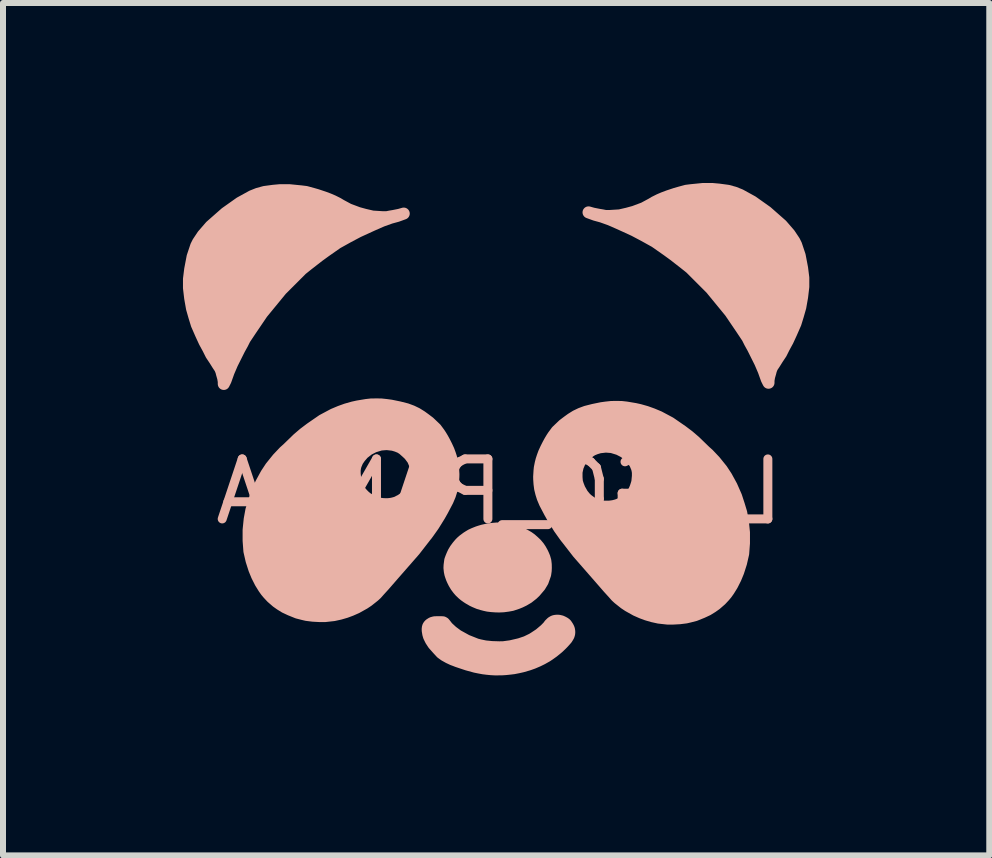
<source format=kicad_pcb>
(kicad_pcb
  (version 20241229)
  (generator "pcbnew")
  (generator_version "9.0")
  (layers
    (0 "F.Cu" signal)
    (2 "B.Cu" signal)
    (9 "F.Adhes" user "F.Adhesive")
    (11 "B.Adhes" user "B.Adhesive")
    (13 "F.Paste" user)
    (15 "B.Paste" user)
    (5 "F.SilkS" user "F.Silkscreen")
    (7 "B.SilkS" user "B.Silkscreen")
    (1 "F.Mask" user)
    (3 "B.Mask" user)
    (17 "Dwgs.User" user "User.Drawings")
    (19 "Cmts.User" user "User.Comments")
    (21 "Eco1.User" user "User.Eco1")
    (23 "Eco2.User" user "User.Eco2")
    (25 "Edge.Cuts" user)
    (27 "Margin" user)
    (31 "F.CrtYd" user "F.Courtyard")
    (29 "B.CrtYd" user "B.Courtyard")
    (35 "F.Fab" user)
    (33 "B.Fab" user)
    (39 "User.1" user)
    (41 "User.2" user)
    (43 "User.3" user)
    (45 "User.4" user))
  (footprint "LOGO_PANDA"
    (layer "F.Cu")
    (at 5.273 4.797)
    (property "Reference" "LOGO_PANDA" (at 0 0.348 180) (layer "B.SilkS") (effects (font (size 1 1) (thickness 0.15)) (justify mirror)))
    (attr through_hole)
    (fp_poly (pts (xy -4.58 -1.46) (xy -4.55 -1.52) (xy -4.5 -1.66) (xy -4.47 -1.73) (xy -4.44 -1.8) (xy -4.41 -1.86) (xy -4.38 -1.92) (xy -4.35 -1.98) (xy -4.32 -2.04) (xy -4.27 -2.13) (xy -4.23 -2.21) (xy -4.13 -2.36) (xy -3.94 -2.64) (xy -3.62 -3.03) (xy -3.28 -3.37) (xy -3.18 -3.45) (xy -3 -3.59) (xy -2.89 -3.67) (xy -2.69 -3.81) (xy -2.51 -3.91) (xy -2.34 -4) (xy -2.1 -4.11) (xy -1.94 -4.18) (xy -1.8 -4.23) (xy -1.69 -4.26) (xy -1.58 -4.3) (xy -1.65 -4.28) (xy -1.75 -4.26) (xy -1.81 -4.25) (xy -1.86 -4.24) (xy -1.94 -4.24) (xy -2.1 -4.25) (xy -2.23 -4.28) (xy -2.34 -4.31) (xy -2.5 -4.37) (xy -2.63 -4.44) (xy -2.68 -4.47) (xy -2.76 -4.51) (xy -2.83 -4.54) (xy -2.91 -4.57) (xy -3.03 -4.61) (xy -3.1 -4.63) (xy -3.21 -4.66) (xy -3.29 -4.67) (xy -3.39 -4.68) (xy -3.49 -4.69) (xy -3.64 -4.69) (xy -3.75 -4.68) (xy -3.9 -4.66) (xy -4.01 -4.63) (xy -4.11 -4.59) (xy -4.31 -4.48) (xy -4.55 -4.31) (xy -4.8 -4.09) (xy -4.93 -3.94) (xy -5.01 -3.82) (xy -5.04 -3.76) (xy -5.1 -3.58) (xy -5.14 -3.37) (xy -5.16 -3.21) (xy -5.16 -3.06) (xy -5.14 -2.89) (xy -5.11 -2.72) (xy -5.07 -2.58) (xy -5.03 -2.45) (xy -4.96 -2.29) (xy -4.9 -2.16) (xy -4.84 -2.05) (xy -4.79 -1.95) (xy -4.73 -1.86) (xy -4.68 -1.78) (xy -4.64 -1.72) (xy -4.62 -1.67) (xy -4.61 -1.63) (xy -4.59 -1.56) (xy -4.58 -1.5)) (stroke (width 0.1) (type solid)) (fill yes) (layer "B.Cu"))
    (fp_poly (pts (xy 4.5 -1.48) (xy 4.47 -1.54) (xy 4.42 -1.68) (xy 4.39 -1.75) (xy 4.36 -1.82) (xy 4.33 -1.88) (xy 4.3 -1.94) (xy 4.27 -2) (xy 4.24 -2.06) (xy 4.19 -2.15) (xy 4.15 -2.23) (xy 4.05 -2.38) (xy 3.86 -2.66) (xy 3.54 -3.05) (xy 3.2 -3.39) (xy 3.1 -3.47) (xy 2.92 -3.61) (xy 2.81 -3.69) (xy 2.61 -3.83) (xy 2.43 -3.93) (xy 2.26 -4.02) (xy 2.02 -4.13) (xy 1.86 -4.2) (xy 1.72 -4.25) (xy 1.61 -4.28) (xy 1.5 -4.32) (xy 1.57 -4.3) (xy 1.67 -4.28) (xy 1.73 -4.27) (xy 1.78 -4.26) (xy 1.86 -4.26) (xy 2.02 -4.27) (xy 2.15 -4.3) (xy 2.26 -4.33) (xy 2.42 -4.39) (xy 2.55 -4.46) (xy 2.6 -4.49) (xy 2.68 -4.53) (xy 2.75 -4.56) (xy 2.83 -4.59) (xy 2.95 -4.63) (xy 3.02 -4.65) (xy 3.13 -4.68) (xy 3.21 -4.69) (xy 3.31 -4.7) (xy 3.41 -4.71) (xy 3.56 -4.71) (xy 3.67 -4.7) (xy 3.82 -4.68) (xy 3.93 -4.65) (xy 4.03 -4.61) (xy 4.23 -4.5) (xy 4.47 -4.33) (xy 4.72 -4.11) (xy 4.85 -3.96) (xy 4.93 -3.84) (xy 4.96 -3.78) (xy 5.02 -3.6) (xy 5.06 -3.39) (xy 5.08 -3.23) (xy 5.08 -3.08) (xy 5.06 -2.91) (xy 5.03 -2.74) (xy 4.99 -2.6) (xy 4.95 -2.47) (xy 4.88 -2.31) (xy 4.82 -2.18) (xy 4.76 -2.07) (xy 4.71 -1.97) (xy 4.65 -1.88) (xy 4.6 -1.8) (xy 4.56 -1.74) (xy 4.54 -1.69) (xy 4.53 -1.65) (xy 4.51 -1.58) (xy 4.5 -1.52)) (stroke (width 0.1) (type solid)) (fill yes) (layer "B.Cu"))
    (fp_poly (pts (xy 0.001 0.95) (xy 0.048 0.952) (xy 0.14 0.964) (xy 0.225 0.979) (xy 0.3 1.001) (xy 0.36 1.022) (xy 0.426 1.054) (xy 0.494 1.093) (xy 0.539 1.125) (xy 0.589 1.169) (xy 0.63 1.208) (xy 0.67 1.256) (xy 0.699 1.299) (xy 0.73 1.355) (xy 0.747 1.392) (xy 0.764 1.433) (xy 0.78 1.489) (xy 0.787 1.548) (xy 0.788 1.607) (xy 0.786 1.655) (xy 0.777 1.716) (xy 0.736 1.832) (xy 0.689 1.91) (xy 0.609 2.004) (xy 0.566 2.045) (xy 0.492 2.103) (xy 0.419 2.146) (xy 0.361 2.174) (xy 0.312 2.194) (xy 0.222 2.224) (xy 0.156 2.236) (xy 0.08 2.246) (xy 0.015 2.249) (xy -0.044 2.248) (xy -0.116 2.243) (xy -0.175 2.236) (xy -0.221 2.226) (xy -0.275 2.212) (xy -0.331 2.195) (xy -0.395 2.168) (xy -0.435 2.149) (xy -0.467 2.13) (xy -0.492 2.116) (xy -0.522 2.097) (xy -0.563 2.068) (xy -0.597 2.04) (xy -0.624 2.014) (xy -0.641 1.998) (xy -0.673 1.961) (xy -0.708 1.914) (xy -0.725 1.886) (xy -0.741 1.859) (xy -0.762 1.817) (xy -0.778 1.781) (xy -0.793 1.739) (xy -0.803 1.708) (xy -0.812 1.664) (xy -0.818 1.606) (xy -0.816 1.562) (xy -0.805 1.479) (xy -0.788 1.433) (xy -0.769 1.387) (xy -0.75 1.346) (xy -0.72 1.296) (xy -0.683 1.246) (xy -0.647 1.203) (xy -0.62 1.175) (xy -0.587 1.146) (xy -0.56 1.126) (xy -0.528 1.102) (xy -0.5 1.084) (xy -0.457 1.058) (xy -0.409 1.036) (xy -0.377 1.023) (xy -0.344 1.01) (xy -0.304 0.997) (xy -0.26 0.984) (xy -0.197 0.97) (xy -0.15 0.962) (xy -0.102 0.956) (xy -0.033 0.95)) (stroke (width 0.1) (type solid)) (fill yes) (layer "B.Cu"))
    (fp_poly (pts (xy 0.001 2.93) (xy 0.079 2.929) (xy 0.204 2.912) (xy 0.354 2.877) (xy 0.461 2.841) (xy 0.56 2.793) (xy 0.597 2.77) (xy 0.686 2.711) (xy 0.776 2.635) (xy 0.826 2.584) (xy 0.852 2.549) (xy 0.887 2.515) (xy 0.914 2.499) (xy 0.932 2.492) (xy 0.956 2.488) (xy 0.983 2.486) (xy 1.006 2.488) (xy 1.045 2.497) (xy 1.073 2.51) (xy 1.097 2.523) (xy 1.121 2.54) (xy 1.136 2.56) (xy 1.154 2.588) (xy 1.165 2.609) (xy 1.173 2.629) (xy 1.178 2.658) (xy 1.179 2.679) (xy 1.177 2.703) (xy 1.168 2.734) (xy 1.157 2.754) (xy 1.136 2.788) (xy 1.109 2.819) (xy 1.08 2.851) (xy 1.054 2.878) (xy 1.003 2.927) (xy 0.979 2.948) (xy 0.911 3.003) (xy 0.844 3.051) (xy 0.805 3.077) (xy 0.725 3.122) (xy 0.658 3.155) (xy 0.574 3.191) (xy 0.501 3.217) (xy 0.394 3.248) (xy 0.323 3.264) (xy 0.251 3.278) (xy 0.193 3.285) (xy 0.116 3.293) (xy 0.054 3.297) (xy -0.055 3.298) (xy -0.128 3.294) (xy -0.189 3.288) (xy -0.253 3.28) (xy -0.318 3.268) (xy -0.387 3.254) (xy -0.522 3.217) (xy -0.624 3.183) (xy -0.686 3.162) (xy -0.727 3.146) (xy -0.765 3.132) (xy -0.829 3.102) (xy -0.899 3.063) (xy -0.953 3.024) (xy -1.013 2.959) (xy -1.085 2.878) (xy -1.127 2.814) (xy -1.142 2.784) (xy -1.159 2.749) (xy -1.171 2.708) (xy -1.18 2.654) (xy -1.181 2.625) (xy -1.177 2.593) (xy -1.166 2.57) (xy -1.146 2.548) (xy -1.108 2.524) (xy -1.067 2.513) (xy -1.019 2.511) (xy -0.962 2.511) (xy -0.927 2.513) (xy -0.908 2.523) (xy -0.887 2.548) (xy -0.85 2.596) (xy -0.773 2.667) (xy -0.684 2.733) (xy -0.532 2.817) (xy -0.369 2.882) (xy -0.314 2.896) (xy -0.222 2.915) (xy -0.111 2.926) (xy 0.018 2.93) (xy 0.011 2.932) (xy 0.003 2.935) (xy 0.002 2.932)) (stroke (width 0.1) (type solid)) (fill yes) (layer "B.Cu"))
    (fp_poly (pts (xy -1.204 1.064) (xy -1.647 0.488) (xy -1.629 0.48) (xy -1.588 0.451) (xy -1.553 0.425) (xy -1.519 0.392) (xy -1.474 0.337) (xy -1.424 0.249) (xy -1.398 0.182) (xy -1.381 0.128) (xy -1.375 0.054) (xy -1.375 -0.033) (xy -1.394 -0.121) (xy -1.427 -0.199) (xy -1.486 -0.278) (xy -1.525 -0.315) (xy -1.59 -0.373) (xy -1.636 -0.403) (xy -1.695 -0.427) (xy -1.758 -0.446) (xy -1.863 -0.458) (xy -1.965 -0.45) (xy -2.079 -0.415) (xy -2.17 -0.368) (xy -2.254 -0.302) (xy -2.311 -0.236) (xy -2.352 -0.176) (xy -2.382 -0.105) (xy -2.391 -0.07) (xy -2.398 -0.027) (xy -2.398 0.01) (xy -2.398 0.034) (xy -2.392 0.096) (xy -2.388 0.134) (xy -2.376 0.175) (xy -2.36 0.224) (xy -2.341 0.269) (xy -2.323 0.302) (xy -2.293 0.348) (xy -2.264 0.38) (xy -2.232 0.412) (xy -2.193 0.444) (xy -2.161 0.463) (xy -2.118 0.488) (xy -2.096 0.5) (xy -2.066 0.513) (xy -2.028 0.525) (xy -1.99 0.534) (xy -1.957 0.539) (xy -1.924 0.543) (xy -1.896 0.544) (xy -1.845 0.544) (xy -1.828 0.543) (xy -1.788 0.538) (xy -1.759 0.532) (xy -1.721 0.522) (xy -1.694 0.513) (xy -1.651 0.49) (xy -1.209 1.069) (xy -1.4 1.315) (xy -1.761 1.728) (xy -1.908 1.897) (xy -1.99 1.987) (xy -2.035 2.038) (xy -2.074 2.074) (xy -2.176 2.155) (xy -2.239 2.197) (xy -2.366 2.268) (xy -2.461 2.31) (xy -2.547 2.342) (xy -2.643 2.37) (xy -2.747 2.393) (xy -2.891 2.409) (xy -2.985 2.409) (xy -3.094 2.403) (xy -3.198 2.39) (xy -3.258 2.376) (xy -3.351 2.352) (xy -3.47 2.304) (xy -3.56 2.262) (xy -3.636 2.215) (xy -3.697 2.172) (xy -3.782 2.098) (xy -3.839 2.037) (xy -3.875 1.994) (xy -3.912 1.942) (xy -3.969 1.85) (xy -4.026 1.737) (xy -4.07 1.63) (xy -4.117 1.483) (xy -4.153 1.326) (xy -4.166 1.153) (xy -4.166 0.974) (xy -4.148 0.796) (xy -4.12 0.643) (xy -4.081 0.514) (xy -4.035 0.373) (xy -3.959 0.2) (xy -3.872 0.041) (xy -3.797 -0.073) (xy -3.681 -0.217) (xy -3.573 -0.331) (xy -3.517 -0.381) (xy -3.349 -0.544) (xy -3.244 -0.634) (xy -3.134 -0.717) (xy -2.934 -0.855) (xy -2.752 -0.952) (xy -2.64 -0.999) (xy -2.537 -1.036) (xy -2.424 -1.068) (xy -2.347 -1.085) (xy -2.275 -1.097) (xy -2.203 -1.109) (xy -2.123 -1.118) (xy -2.03 -1.119) (xy -1.956 -1.118) (xy -1.872 -1.109) (xy -1.827 -1.103) (xy -1.792 -1.098) (xy -1.656 -1.07) (xy -1.534 -1.039) (xy -1.445 -1.006) (xy -1.364 -0.967) (xy -1.287 -0.919) (xy -1.225 -0.874) (xy -1.155 -0.821) (xy -1.089 -0.758) (xy -1.044 -0.715) (xy -0.987 -0.638) (xy -0.962 -0.6) (xy -0.932 -0.55) (xy -0.902 -0.495) (xy -0.867 -0.426) (xy -0.833 -0.352) (xy -0.81 -0.289) (xy -0.792 -0.234) (xy -0.778 -0.179) (xy -0.763 -0.104) (xy -0.758 -0.054) (xy -0.752 0.045) (xy -0.753 0.089) (xy -0.758 0.163) (xy -0.768 0.241) (xy -0.788 0.322) (xy -0.811 0.395) (xy -0.849 0.485) (xy -0.932 0.643) (xy -0.985 0.737) (xy -1.087 0.901) (xy -1.175 1.025)) (stroke (width 0.1) (type solid)) (fill yes) (layer "B.Cu"))
    (fp_poly (pts (xy 1.129 1.106) (xy 1.572 0.53) (xy 1.554 0.522) (xy 1.513 0.493) (xy 1.478 0.467) (xy 1.444 0.434) (xy 1.399 0.379) (xy 1.349 0.291) (xy 1.323 0.224) (xy 1.306 0.17) (xy 1.3 0.096) (xy 1.3 0.009) (xy 1.319 -0.079) (xy 1.352 -0.157) (xy 1.411 -0.236) (xy 1.45 -0.273) (xy 1.515 -0.331) (xy 1.561 -0.361) (xy 1.62 -0.385) (xy 1.683 -0.404) (xy 1.788 -0.416) (xy 1.89 -0.408) (xy 2.004 -0.373) (xy 2.095 -0.326) (xy 2.179 -0.26) (xy 2.236 -0.194) (xy 2.277 -0.134) (xy 2.307 -0.063) (xy 2.316 -0.028) (xy 2.323 0.015) (xy 2.323 0.052) (xy 2.323 0.076) (xy 2.317 0.138) (xy 2.313 0.176) (xy 2.301 0.217) (xy 2.285 0.266) (xy 2.266 0.311) (xy 2.248 0.344) (xy 2.218 0.39) (xy 2.189 0.422) (xy 2.157 0.454) (xy 2.118 0.486) (xy 2.086 0.505) (xy 2.043 0.53) (xy 2.021 0.542) (xy 1.991 0.555) (xy 1.953 0.567) (xy 1.915 0.576) (xy 1.882 0.581) (xy 1.849 0.585) (xy 1.821 0.586) (xy 1.77 0.586) (xy 1.753 0.585) (xy 1.713 0.58) (xy 1.684 0.574) (xy 1.646 0.564) (xy 1.619 0.555) (xy 1.576 0.532) (xy 1.134 1.111) (xy 1.325 1.357) (xy 1.686 1.77) (xy 1.833 1.939) (xy 1.915 2.029) (xy 1.96 2.08) (xy 1.999 2.116) (xy 2.101 2.197) (xy 2.164 2.239) (xy 2.291 2.31) (xy 2.386 2.352) (xy 2.472 2.384) (xy 2.568 2.412) (xy 2.672 2.435) (xy 2.816 2.451) (xy 2.91 2.451) (xy 3.019 2.445) (xy 3.123 2.432) (xy 3.183 2.418) (xy 3.276 2.394) (xy 3.395 2.346) (xy 3.485 2.304) (xy 3.561 2.257) (xy 3.622 2.214) (xy 3.707 2.14) (xy 3.764 2.079) (xy 3.8 2.036) (xy 3.837 1.984) (xy 3.894 1.892) (xy 3.951 1.779) (xy 3.995 1.672) (xy 4.042 1.525) (xy 4.078 1.368) (xy 4.091 1.195) (xy 4.091 1.016) (xy 4.073 0.838) (xy 4.045 0.685) (xy 4.006 0.556) (xy 3.96 0.415) (xy 3.884 0.242) (xy 3.797 0.083) (xy 3.722 -0.031) (xy 3.606 -0.175) (xy 3.498 -0.289) (xy 3.442 -0.339) (xy 3.274 -0.502) (xy 3.169 -0.592) (xy 3.059 -0.675) (xy 2.859 -0.813) (xy 2.677 -0.91) (xy 2.565 -0.957) (xy 2.462 -0.994) (xy 2.349 -1.026) (xy 2.272 -1.043) (xy 2.2 -1.055) (xy 2.128 -1.067) (xy 2.048 -1.076) (xy 1.955 -1.077) (xy 1.881 -1.076) (xy 1.797 -1.067) (xy 1.752 -1.061) (xy 1.717 -1.056) (xy 1.581 -1.028) (xy 1.459 -0.997) (xy 1.37 -0.964) (xy 1.289 -0.925) (xy 1.212 -0.877) (xy 1.15 -0.832) (xy 1.08 -0.779) (xy 1.014 -0.716) (xy 0.969 -0.673) (xy 0.912 -0.596) (xy 0.887 -0.558) (xy 0.857 -0.508) (xy 0.827 -0.453) (xy 0.792 -0.384) (xy 0.758 -0.31) (xy 0.735 -0.247) (xy 0.717 -0.192) (xy 0.703 -0.137) (xy 0.688 -0.062) (xy 0.683 -0.012) (xy 0.677 0.087) (xy 0.678 0.131) (xy 0.683 0.205) (xy 0.693 0.283) (xy 0.713 0.364) (xy 0.736 0.437) (xy 0.774 0.527) (xy 0.857 0.685) (xy 0.91 0.779) (xy 1.012 0.943) (xy 1.1 1.067)) (stroke (width 0.1) (type solid)) (fill yes) (layer "B.Cu"))
    (fp_poly (pts (xy -4.593 -1.447) (xy -4.563 -1.507) (xy -4.513 -1.647) (xy -4.483 -1.717) (xy -4.453 -1.787) (xy -4.423 -1.847) (xy -4.393 -1.907) (xy -4.363 -1.967) (xy -4.333 -2.027) (xy -4.283 -2.117) (xy -4.243 -2.197) (xy -4.143 -2.347) (xy -3.953 -2.627) (xy -3.633 -3.017) (xy -3.293 -3.357) (xy -3.193 -3.437) (xy -3.013 -3.577) (xy -2.903 -3.657) (xy -2.703 -3.797) (xy -2.523 -3.897) (xy -2.353 -3.987) (xy -2.113 -4.097) (xy -1.953 -4.167) (xy -1.813 -4.217) (xy -1.703 -4.247) (xy -1.593 -4.287) (xy -1.663 -4.267) (xy -1.763 -4.247) (xy -1.823 -4.237) (xy -1.873 -4.227) (xy -1.953 -4.227) (xy -2.113 -4.237) (xy -2.243 -4.267) (xy -2.353 -4.297) (xy -2.513 -4.357) (xy -2.643 -4.427) (xy -2.693 -4.457) (xy -2.773 -4.497) (xy -2.843 -4.527) (xy -2.923 -4.557) (xy -3.043 -4.597) (xy -3.113 -4.617) (xy -3.223 -4.647) (xy -3.303 -4.657) (xy -3.403 -4.667) (xy -3.503 -4.677) (xy -3.653 -4.677) (xy -3.763 -4.667) (xy -3.913 -4.647) (xy -4.023 -4.617) (xy -4.123 -4.577) (xy -4.323 -4.467) (xy -4.563 -4.297) (xy -4.813 -4.077) (xy -4.943 -3.927) (xy -5.023 -3.807) (xy -5.053 -3.747) (xy -5.113 -3.567) (xy -5.153 -3.357) (xy -5.173 -3.197) (xy -5.173 -3.047) (xy -5.153 -2.877) (xy -5.123 -2.707) (xy -5.083 -2.567) (xy -5.043 -2.437) (xy -4.973 -2.277) (xy -4.913 -2.147) (xy -4.853 -2.037) (xy -4.803 -1.937) (xy -4.743 -1.847) (xy -4.693 -1.767) (xy -4.653 -1.707) (xy -4.633 -1.657) (xy -4.623 -1.617) (xy -4.603 -1.547) (xy -4.593 -1.487)) (stroke (width 0.2) (type solid)) (fill yes) (layer "B.SilkS"))
    (fp_poly (pts (xy 4.487 -1.467) (xy 4.457 -1.527) (xy 4.407 -1.667) (xy 4.377 -1.737) (xy 4.347 -1.807) (xy 4.317 -1.867) (xy 4.287 -1.927) (xy 4.257 -1.987) (xy 4.227 -2.047) (xy 4.177 -2.137) (xy 4.137 -2.217) (xy 4.037 -2.367) (xy 3.847 -2.647) (xy 3.527 -3.037) (xy 3.187 -3.377) (xy 3.087 -3.457) (xy 2.907 -3.597) (xy 2.797 -3.677) (xy 2.597 -3.817) (xy 2.417 -3.917) (xy 2.247 -4.007) (xy 2.007 -4.117) (xy 1.847 -4.187) (xy 1.707 -4.237) (xy 1.597 -4.267) (xy 1.487 -4.307) (xy 1.557 -4.287) (xy 1.657 -4.267) (xy 1.717 -4.257) (xy 1.767 -4.247) (xy 1.847 -4.247) (xy 2.007 -4.257) (xy 2.137 -4.287) (xy 2.247 -4.317) (xy 2.407 -4.377) (xy 2.537 -4.447) (xy 2.587 -4.477) (xy 2.667 -4.517) (xy 2.737 -4.547) (xy 2.817 -4.577) (xy 2.937 -4.617) (xy 3.007 -4.637) (xy 3.117 -4.667) (xy 3.197 -4.677) (xy 3.297 -4.687) (xy 3.397 -4.697) (xy 3.547 -4.697) (xy 3.657 -4.687) (xy 3.807 -4.667) (xy 3.917 -4.637) (xy 4.017 -4.597) (xy 4.217 -4.487) (xy 4.457 -4.317) (xy 4.707 -4.097) (xy 4.837 -3.947) (xy 4.917 -3.827) (xy 4.947 -3.767) (xy 5.007 -3.587) (xy 5.047 -3.377) (xy 5.067 -3.217) (xy 5.067 -3.067) (xy 5.047 -2.897) (xy 5.017 -2.727) (xy 4.977 -2.587) (xy 4.937 -2.457) (xy 4.867 -2.297) (xy 4.807 -2.167) (xy 4.747 -2.057) (xy 4.697 -1.957) (xy 4.637 -1.867) (xy 4.587 -1.787) (xy 4.547 -1.727) (xy 4.527 -1.677) (xy 4.517 -1.637) (xy 4.497 -1.567) (xy 4.487 -1.507)) (stroke (width 0.2) (type solid)) (fill yes) (layer "B.SilkS"))
    (fp_poly (pts (xy -0.012 0.963) (xy 0.035 0.965) (xy 0.127 0.977) (xy 0.212 0.992) (xy 0.287 1.014) (xy 0.347 1.035) (xy 0.413 1.067) (xy 0.481 1.106) (xy 0.526 1.138) (xy 0.576 1.182) (xy 0.617 1.221) (xy 0.657 1.269) (xy 0.686 1.312) (xy 0.717 1.368) (xy 0.734 1.405) (xy 0.751 1.446) (xy 0.767 1.502) (xy 0.774 1.561) (xy 0.775 1.62) (xy 0.773 1.668) (xy 0.764 1.729) (xy 0.723 1.845) (xy 0.676 1.923) (xy 0.596 2.017) (xy 0.553 2.058) (xy 0.479 2.116) (xy 0.406 2.159) (xy 0.348 2.187) (xy 0.299 2.207) (xy 0.209 2.237) (xy 0.143 2.249) (xy 0.067 2.259) (xy 0.002 2.262) (xy -0.057 2.261) (xy -0.129 2.256) (xy -0.188 2.249) (xy -0.234 2.239) (xy -0.288 2.225) (xy -0.344 2.208) (xy -0.408 2.181) (xy -0.448 2.162) (xy -0.48 2.143) (xy -0.505 2.129) (xy -0.535 2.11) (xy -0.576 2.081) (xy -0.61 2.053) (xy -0.637 2.027) (xy -0.654 2.011) (xy -0.686 1.974) (xy -0.721 1.927) (xy -0.738 1.899) (xy -0.754 1.872) (xy -0.775 1.83) (xy -0.791 1.794) (xy -0.806 1.752) (xy -0.816 1.721) (xy -0.825 1.677) (xy -0.831 1.619) (xy -0.829 1.575) (xy -0.818 1.492) (xy -0.801 1.446) (xy -0.782 1.4) (xy -0.763 1.359) (xy -0.733 1.309) (xy -0.696 1.259) (xy -0.66 1.216) (xy -0.633 1.188) (xy -0.6 1.159) (xy -0.573 1.139) (xy -0.541 1.115) (xy -0.513 1.097) (xy -0.47 1.071) (xy -0.422 1.049) (xy -0.39 1.036) (xy -0.357 1.023) (xy -0.317 1.01) (xy -0.273 0.997) (xy -0.21 0.983) (xy -0.163 0.975) (xy -0.115 0.969) (xy -0.046 0.963)) (stroke (width 0.2) (type solid)) (fill yes) (layer "B.SilkS"))
    (fp_poly (pts (xy -0.012 2.943) (xy 0.066 2.942) (xy 0.191 2.925) (xy 0.341 2.89) (xy 0.448 2.854) (xy 0.547 2.806) (xy 0.584 2.783) (xy 0.673 2.724) (xy 0.763 2.648) (xy 0.813 2.597) (xy 0.839 2.562) (xy 0.874 2.528) (xy 0.901 2.512) (xy 0.919 2.505) (xy 0.943 2.501) (xy 0.97 2.499) (xy 0.993 2.501) (xy 1.032 2.51) (xy 1.06 2.523) (xy 1.084 2.536) (xy 1.108 2.553) (xy 1.123 2.573) (xy 1.141 2.601) (xy 1.152 2.622) (xy 1.16 2.642) (xy 1.165 2.671) (xy 1.166 2.692) (xy 1.164 2.716) (xy 1.155 2.747) (xy 1.144 2.767) (xy 1.123 2.801) (xy 1.096 2.832) (xy 1.067 2.864) (xy 1.041 2.891) (xy 0.99 2.94) (xy 0.966 2.961) (xy 0.898 3.016) (xy 0.831 3.064) (xy 0.792 3.09) (xy 0.712 3.135) (xy 0.645 3.168) (xy 0.561 3.204) (xy 0.488 3.23) (xy 0.381 3.261) (xy 0.31 3.277) (xy 0.238 3.291) (xy 0.18 3.298) (xy 0.103 3.306) (xy 0.041 3.31) (xy -0.068 3.311) (xy -0.141 3.307) (xy -0.202 3.301) (xy -0.266 3.293) (xy -0.331 3.281) (xy -0.4 3.267) (xy -0.535 3.23) (xy -0.637 3.196) (xy -0.699 3.175) (xy -0.74 3.159) (xy -0.778 3.145) (xy -0.842 3.115) (xy -0.912 3.076) (xy -0.966 3.037) (xy -1.026 2.972) (xy -1.098 2.891) (xy -1.14 2.827) (xy -1.155 2.797) (xy -1.172 2.762) (xy -1.184 2.721) (xy -1.193 2.667) (xy -1.194 2.638) (xy -1.19 2.606) (xy -1.179 2.583) (xy -1.159 2.561) (xy -1.121 2.537) (xy -1.08 2.526) (xy -1.032 2.524) (xy -0.975 2.524) (xy -0.94 2.526) (xy -0.921 2.536) (xy -0.9 2.561) (xy -0.863 2.609) (xy -0.786 2.68) (xy -0.697 2.746) (xy -0.545 2.83) (xy -0.382 2.895) (xy -0.327 2.909) (xy -0.235 2.928) (xy -0.124 2.939) (xy 0.005 2.943) (xy -0.002 2.945) (xy -0.01 2.948) (xy -0.011 2.945)) (stroke (width 0.2) (type solid)) (fill yes) (layer "B.SilkS"))
    (fp_poly (pts (xy -1.217 1.077) (xy -1.66 0.501) (xy -1.642 0.493) (xy -1.601 0.464) (xy -1.566 0.438) (xy -1.532 0.405) (xy -1.487 0.35) (xy -1.437 0.262) (xy -1.411 0.195) (xy -1.394 0.141) (xy -1.388 0.067) (xy -1.388 -0.02) (xy -1.407 -0.108) (xy -1.44 -0.186) (xy -1.499 -0.265) (xy -1.538 -0.302) (xy -1.603 -0.36) (xy -1.649 -0.39) (xy -1.708 -0.414) (xy -1.771 -0.433) (xy -1.876 -0.445) (xy -1.978 -0.437) (xy -2.092 -0.402) (xy -2.183 -0.355) (xy -2.267 -0.289) (xy -2.324 -0.223) (xy -2.365 -0.163) (xy -2.395 -0.092) (xy -2.404 -0.057) (xy -2.411 -0.014) (xy -2.411 0.023) (xy -2.411 0.047) (xy -2.405 0.109) (xy -2.401 0.147) (xy -2.389 0.188) (xy -2.373 0.237) (xy -2.354 0.282) (xy -2.336 0.315) (xy -2.306 0.361) (xy -2.277 0.393) (xy -2.245 0.425) (xy -2.206 0.457) (xy -2.174 0.476) (xy -2.131 0.501) (xy -2.109 0.513) (xy -2.079 0.526) (xy -2.041 0.538) (xy -2.003 0.547) (xy -1.97 0.552) (xy -1.937 0.556) (xy -1.909 0.557) (xy -1.858 0.557) (xy -1.841 0.556) (xy -1.801 0.551) (xy -1.772 0.545) (xy -1.734 0.535) (xy -1.707 0.526) (xy -1.664 0.503) (xy -1.222 1.082) (xy -1.413 1.328) (xy -1.774 1.741) (xy -1.921 1.91) (xy -2.003 2) (xy -2.048 2.051) (xy -2.087 2.087) (xy -2.189 2.168) (xy -2.252 2.21) (xy -2.379 2.281) (xy -2.474 2.323) (xy -2.56 2.355) (xy -2.656 2.383) (xy -2.76 2.406) (xy -2.904 2.422) (xy -2.998 2.422) (xy -3.107 2.416) (xy -3.211 2.403) (xy -3.271 2.389) (xy -3.364 2.365) (xy -3.483 2.317) (xy -3.573 2.275) (xy -3.649 2.228) (xy -3.71 2.185) (xy -3.795 2.111) (xy -3.852 2.05) (xy -3.888 2.007) (xy -3.925 1.955) (xy -3.982 1.863) (xy -4.039 1.75) (xy -4.083 1.643) (xy -4.13 1.496) (xy -4.166 1.339) (xy -4.179 1.166) (xy -4.179 0.987) (xy -4.161 0.809) (xy -4.133 0.656) (xy -4.094 0.527) (xy -4.048 0.386) (xy -3.972 0.213) (xy -3.885 0.054) (xy -3.81 -0.06) (xy -3.694 -0.204) (xy -3.586 -0.318) (xy -3.53 -0.368) (xy -3.362 -0.531) (xy -3.257 -0.621) (xy -3.147 -0.704) (xy -2.947 -0.842) (xy -2.765 -0.939) (xy -2.653 -0.986) (xy -2.55 -1.023) (xy -2.437 -1.055) (xy -2.36 -1.072) (xy -2.288 -1.084) (xy -2.216 -1.096) (xy -2.136 -1.105) (xy -2.043 -1.106) (xy -1.969 -1.105) (xy -1.885 -1.096) (xy -1.84 -1.09) (xy -1.805 -1.085) (xy -1.669 -1.057) (xy -1.547 -1.026) (xy -1.458 -0.993) (xy -1.377 -0.954) (xy -1.3 -0.906) (xy -1.238 -0.861) (xy -1.168 -0.808) (xy -1.102 -0.745) (xy -1.057 -0.702) (xy -1 -0.625) (xy -0.975 -0.587) (xy -0.945 -0.537) (xy -0.915 -0.482) (xy -0.88 -0.413) (xy -0.846 -0.339) (xy -0.823 -0.276) (xy -0.805 -0.221) (xy -0.791 -0.166) (xy -0.776 -0.091) (xy -0.771 -0.041) (xy -0.765 0.058) (xy -0.766 0.102) (xy -0.771 0.176) (xy -0.781 0.254) (xy -0.801 0.335) (xy -0.824 0.408) (xy -0.862 0.498) (xy -0.945 0.656) (xy -0.998 0.75) (xy -1.1 0.914) (xy -1.188 1.038)) (stroke (width 0.2) (type solid)) (fill yes) (layer "B.SilkS"))
    (fp_poly (pts (xy 1.116 1.119) (xy 1.559 0.543) (xy 1.541 0.535) (xy 1.5 0.506) (xy 1.465 0.48) (xy 1.431 0.447) (xy 1.386 0.392) (xy 1.336 0.304) (xy 1.31 0.237) (xy 1.293 0.183) (xy 1.287 0.109) (xy 1.287 0.022) (xy 1.306 -0.066) (xy 1.339 -0.144) (xy 1.398 -0.223) (xy 1.437 -0.26) (xy 1.502 -0.318) (xy 1.548 -0.348) (xy 1.607 -0.372) (xy 1.67 -0.391) (xy 1.775 -0.403) (xy 1.877 -0.395) (xy 1.991 -0.36) (xy 2.082 -0.313) (xy 2.166 -0.247) (xy 2.223 -0.181) (xy 2.264 -0.121) (xy 2.294 -0.05) (xy 2.303 -0.015) (xy 2.31 0.028) (xy 2.31 0.065) (xy 2.31 0.089) (xy 2.304 0.151) (xy 2.3 0.189) (xy 2.288 0.23) (xy 2.272 0.279) (xy 2.253 0.324) (xy 2.235 0.357) (xy 2.205 0.403) (xy 2.176 0.435) (xy 2.144 0.467) (xy 2.105 0.499) (xy 2.073 0.518) (xy 2.03 0.543) (xy 2.008 0.555) (xy 1.978 0.568) (xy 1.94 0.58) (xy 1.902 0.589) (xy 1.869 0.594) (xy 1.836 0.598) (xy 1.808 0.599) (xy 1.757 0.599) (xy 1.74 0.598) (xy 1.7 0.593) (xy 1.671 0.587) (xy 1.633 0.577) (xy 1.606 0.568) (xy 1.563 0.545) (xy 1.121 1.124) (xy 1.312 1.37) (xy 1.673 1.783) (xy 1.82 1.952) (xy 1.902 2.042) (xy 1.947 2.093) (xy 1.986 2.129) (xy 2.088 2.21) (xy 2.151 2.252) (xy 2.278 2.323) (xy 2.373 2.365) (xy 2.459 2.397) (xy 2.555 2.425) (xy 2.659 2.448) (xy 2.803 2.464) (xy 2.897 2.464) (xy 3.006 2.458) (xy 3.11 2.445) (xy 3.17 2.431) (xy 3.263 2.407) (xy 3.382 2.359) (xy 3.472 2.317) (xy 3.548 2.27) (xy 3.609 2.227) (xy 3.694 2.153) (xy 3.751 2.092) (xy 3.787 2.049) (xy 3.824 1.997) (xy 3.881 1.905) (xy 3.938 1.792) (xy 3.982 1.685) (xy 4.029 1.538) (xy 4.065 1.381) (xy 4.078 1.208) (xy 4.078 1.029) (xy 4.06 0.851) (xy 4.032 0.698) (xy 3.993 0.569) (xy 3.947 0.428) (xy 3.871 0.255) (xy 3.784 0.096) (xy 3.709 -0.018) (xy 3.593 -0.162) (xy 3.485 -0.276) (xy 3.429 -0.326) (xy 3.261 -0.489) (xy 3.156 -0.579) (xy 3.046 -0.662) (xy 2.846 -0.8) (xy 2.664 -0.897) (xy 2.552 -0.944) (xy 2.449 -0.981) (xy 2.336 -1.013) (xy 2.259 -1.03) (xy 2.187 -1.042) (xy 2.115 -1.054) (xy 2.035 -1.063) (xy 1.942 -1.064) (xy 1.868 -1.063) (xy 1.784 -1.054) (xy 1.739 -1.048) (xy 1.704 -1.043) (xy 1.568 -1.015) (xy 1.446 -0.984) (xy 1.357 -0.951) (xy 1.276 -0.912) (xy 1.199 -0.864) (xy 1.137 -0.819) (xy 1.067 -0.766) (xy 1.001 -0.703) (xy 0.956 -0.66) (xy 0.899 -0.583) (xy 0.874 -0.545) (xy 0.844 -0.495) (xy 0.814 -0.44) (xy 0.779 -0.371) (xy 0.745 -0.297) (xy 0.722 -0.234) (xy 0.704 -0.179) (xy 0.69 -0.124) (xy 0.675 -0.049) (xy 0.67 0.001) (xy 0.664 0.1) (xy 0.665 0.144) (xy 0.67 0.218) (xy 0.68 0.296) (xy 0.7 0.377) (xy 0.723 0.45) (xy 0.761 0.54) (xy 0.844 0.698) (xy 0.897 0.792) (xy 0.999 0.956) (xy 1.087 1.08)) (stroke (width 0.2) (type solid)) (fill yes) (layer "B.SilkS")))
  (gr_rect
    (start -3 -3)
    (end 13.44 11.208)
    (stroke (width 0.1) (type default))
    (fill no)
    (layer "Edge.Cuts")))
</source>
